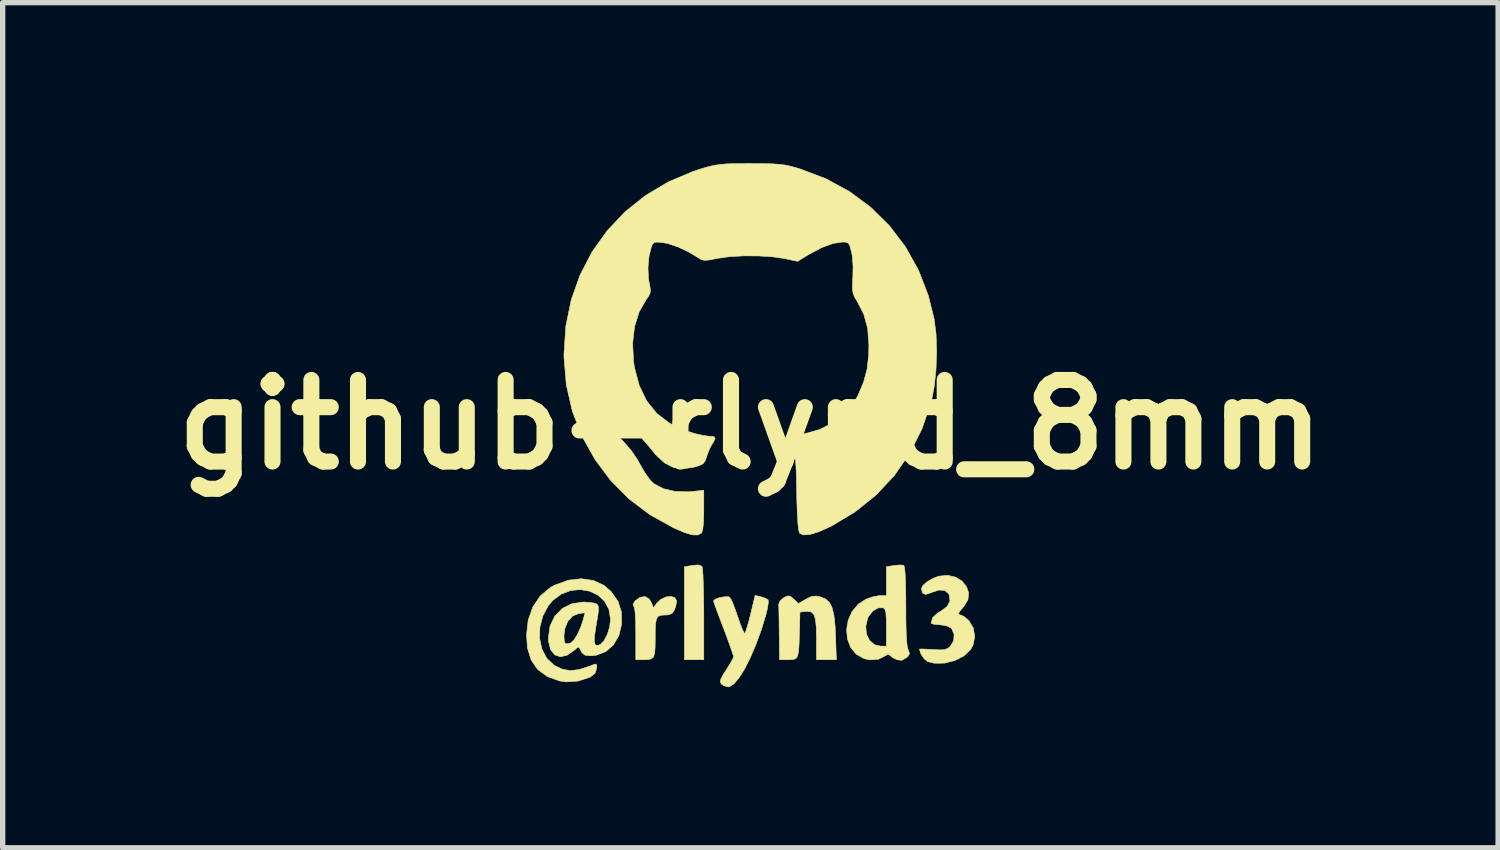
<source format=kicad_pcb>
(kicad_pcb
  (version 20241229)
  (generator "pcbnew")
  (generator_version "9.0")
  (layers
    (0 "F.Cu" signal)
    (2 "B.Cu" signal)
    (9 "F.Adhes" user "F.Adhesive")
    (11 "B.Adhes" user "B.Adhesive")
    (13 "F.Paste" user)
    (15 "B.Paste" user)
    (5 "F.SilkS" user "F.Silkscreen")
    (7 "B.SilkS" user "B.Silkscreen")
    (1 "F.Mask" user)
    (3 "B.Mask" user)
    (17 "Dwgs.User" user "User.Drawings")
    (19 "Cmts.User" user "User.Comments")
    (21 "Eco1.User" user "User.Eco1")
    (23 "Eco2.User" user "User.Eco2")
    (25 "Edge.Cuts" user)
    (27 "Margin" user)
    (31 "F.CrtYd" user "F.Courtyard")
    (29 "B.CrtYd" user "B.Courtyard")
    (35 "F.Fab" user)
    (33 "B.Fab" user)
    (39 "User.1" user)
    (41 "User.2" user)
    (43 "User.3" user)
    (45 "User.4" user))
  (footprint "github-rlynd_8mm"
    (layer "F.Cu")
    (at 10.966 4.881)
    (property "Reference" "github-rlynd_8mm" (at 0 0 0) (layer "F.SilkS") (effects (font (size 1.524 1.524) (thickness 0.3))))
    (attr through_hole)
    (fp_poly (pts (xy -0.914 2.641) (xy -0.903 2.654) (xy -0.894 2.703) (xy -0.886 2.814) (xy -0.88 2.975) (xy -0.875 3.177) (xy -0.872 3.408) (xy -0.871 3.547) (xy -0.871 4.391) (xy -1.234 4.391) (xy -1.234 2.655) (xy -1.084 2.63) (xy -0.973 2.62) (xy -0.914 2.641)) (stroke (width 0.01) (type solid)) (fill yes) (layer "F.SilkS"))
    (fp_poly (pts (xy -1.413 3.231) (xy -1.379 3.293) (xy -1.379 3.303) (xy -1.394 3.387) (xy -1.421 3.464) (xy -1.466 3.528) (xy -1.538 3.553) (xy -1.599 3.556) (xy -1.676 3.561) (xy -1.727 3.583) (xy -1.757 3.636) (xy -1.773 3.73) (xy -1.778 3.879) (xy -1.778 3.973) (xy -1.78 4.152) (xy -1.789 4.271) (xy -1.812 4.342) (xy -1.855 4.377) (xy -1.924 4.389) (xy -1.981 4.391) (xy -2.141 4.391) (xy -2.141 3.903) (xy -2.144 3.692) (xy -2.152 3.531) (xy -2.164 3.428) (xy -2.179 3.392) (xy -2.192 3.351) (xy -2.153 3.292) (xy -2.074 3.233) (xy -2.065 3.228) (xy -1.969 3.21) (xy -1.888 3.259) (xy -1.846 3.331) (xy -1.811 3.423) (xy -1.755 3.342) (xy -1.675 3.265) (xy -1.579 3.219) (xy -1.486 3.207) (xy -1.413 3.231)) (stroke (width 0.01) (type solid)) (fill yes) (layer "F.SilkS"))
    (fp_poly (pts (xy 0.749 3.208) (xy 0.81 3.259) (xy 0.897 3.342) (xy 1.033 3.262) (xy 1.137 3.211) (xy 1.227 3.201) (xy 1.299 3.215) (xy 1.399 3.253) (xy 1.474 3.319) (xy 1.526 3.42) (xy 1.561 3.568) (xy 1.582 3.771) (xy 1.59 3.944) (xy 1.605 4.391) (xy 1.234 4.391) (xy 1.234 3.998) (xy 1.23 3.79) (xy 1.216 3.644) (xy 1.188 3.551) (xy 1.143 3.502) (xy 1.076 3.487) (xy 1.032 3.489) (xy 0.925 3.502) (xy 0.916 3.864) (xy 0.91 4.069) (xy 0.902 4.213) (xy 0.886 4.305) (xy 0.859 4.359) (xy 0.816 4.383) (xy 0.752 4.39) (xy 0.707 4.391) (xy 0.544 4.391) (xy 0.538 3.901) (xy 0.536 3.715) (xy 0.533 3.552) (xy 0.531 3.427) (xy 0.529 3.355) (xy 0.529 3.349) (xy 0.556 3.289) (xy 0.624 3.232) (xy 0.696 3.199) (xy 0.749 3.208)) (stroke (width 0.01) (type solid)) (fill yes) (layer "F.SilkS"))
    (fp_poly (pts (xy 0.198 3.215) (xy 0.283 3.243) (xy 0.332 3.275) (xy 0.334 3.327) (xy 0.319 3.426) (xy 0.289 3.553) (xy 0.287 3.559) (xy 0.199 3.845) (xy 0.101 4.113) (xy -0.003 4.355) (xy -0.108 4.563) (xy -0.211 4.727) (xy -0.307 4.841) (xy -0.391 4.895) (xy -0.415 4.899) (xy -0.501 4.876) (xy -0.545 4.844) (xy -0.563 4.804) (xy -0.551 4.748) (xy -0.504 4.662) (xy -0.452 4.581) (xy -0.383 4.471) (xy -0.333 4.383) (xy -0.314 4.334) (xy -0.314 4.334) (xy -0.327 4.288) (xy -0.361 4.187) (xy -0.412 4.045) (xy -0.475 3.875) (xy -0.502 3.804) (xy -0.569 3.628) (xy -0.625 3.478) (xy -0.666 3.364) (xy -0.687 3.301) (xy -0.689 3.292) (xy -0.658 3.261) (xy -0.583 3.233) (xy -0.492 3.216) (xy -0.415 3.214) (xy -0.387 3.224) (xy -0.356 3.274) (xy -0.313 3.376) (xy -0.263 3.512) (xy -0.237 3.589) (xy -0.189 3.728) (xy -0.147 3.833) (xy -0.116 3.892) (xy -0.106 3.899) (xy -0.087 3.859) (xy -0.056 3.764) (xy -0.019 3.63) (xy 0.004 3.537) (xy 0.087 3.191) (xy 0.198 3.215)) (stroke (width 0.01) (type solid)) (fill yes) (layer "F.SilkS"))
    (fp_poly (pts (xy 2.855 2.626) (xy 2.865 2.63) (xy 2.879 2.675) (xy 2.89 2.789) (xy 2.898 2.967) (xy 2.902 3.206) (xy 2.903 3.395) (xy 2.904 3.681) (xy 2.91 3.9) (xy 2.919 4.058) (xy 2.932 4.161) (xy 2.948 4.212) (xy 2.972 4.272) (xy 2.947 4.322) (xy 2.91 4.355) (xy 2.831 4.401) (xy 2.75 4.394) (xy 2.729 4.387) (xy 2.649 4.346) (xy 2.607 4.309) (xy 2.569 4.288) (xy 2.528 4.313) (xy 2.391 4.382) (xy 2.227 4.394) (xy 2.121 4.37) (xy 1.973 4.285) (xy 1.87 4.157) (xy 1.811 4) (xy 1.797 3.828) (xy 1.806 3.771) (xy 2.154 3.771) (xy 2.168 3.915) (xy 2.227 4.034) (xy 2.323 4.113) (xy 2.431 4.137) (xy 2.54 4.137) (xy 2.54 3.791) (xy 2.538 3.623) (xy 2.53 3.515) (xy 2.514 3.454) (xy 2.489 3.426) (xy 2.483 3.423) (xy 2.389 3.422) (xy 2.291 3.477) (xy 2.211 3.576) (xy 2.19 3.616) (xy 2.154 3.771) (xy 1.806 3.771) (xy 1.826 3.653) (xy 1.899 3.491) (xy 2.015 3.353) (xy 2.155 3.262) (xy 2.277 3.219) (xy 2.396 3.195) (xy 2.422 3.194) (xy 2.54 3.193) (xy 2.54 2.655) (xy 2.684 2.631) (xy 2.784 2.621) (xy 2.855 2.626)) (stroke (width 0.01) (type solid)) (fill yes) (layer "F.SilkS"))
    (fp_poly (pts (xy 3.828 2.847) (xy 3.949 2.92) (xy 4.034 3.022) (xy 4.075 3.142) (xy 4.063 3.27) (xy 3.989 3.394) (xy 3.98 3.403) (xy 3.906 3.49) (xy 3.886 3.538) (xy 3.92 3.556) (xy 3.93 3.556) (xy 3.984 3.58) (xy 4.058 3.641) (xy 4.081 3.664) (xy 4.162 3.797) (xy 4.189 3.954) (xy 4.161 4.112) (xy 4.113 4.201) (xy 3.986 4.321) (xy 3.815 4.407) (xy 3.622 4.455) (xy 3.433 4.456) (xy 3.311 4.426) (xy 3.243 4.371) (xy 3.184 4.282) (xy 3.157 4.196) (xy 3.157 4.193) (xy 3.19 4.19) (xy 3.277 4.193) (xy 3.399 4.2) (xy 3.406 4.2) (xy 3.544 4.207) (xy 3.631 4.201) (xy 3.689 4.178) (xy 3.733 4.141) (xy 3.795 4.038) (xy 3.805 3.921) (xy 3.763 3.819) (xy 3.744 3.797) (xy 3.656 3.755) (xy 3.531 3.737) (xy 3.526 3.737) (xy 3.433 3.73) (xy 3.379 3.712) (xy 3.375 3.704) (xy 3.405 3.603) (xy 3.5 3.516) (xy 3.56 3.481) (xy 3.676 3.395) (xy 3.728 3.29) (xy 3.711 3.176) (xy 3.703 3.16) (xy 3.632 3.098) (xy 3.523 3.089) (xy 3.384 3.134) (xy 3.368 3.142) (xy 3.27 3.173) (xy 3.212 3.142) (xy 3.194 3.06) (xy 3.224 3.001) (xy 3.303 2.933) (xy 3.411 2.871) (xy 3.517 2.831) (xy 3.681 2.814) (xy 3.828 2.847)) (stroke (width 0.01) (type solid)) (fill yes) (layer "F.SilkS"))
    (fp_poly (pts (xy -2.932 2.911) (xy -2.732 3.004) (xy -2.601 3.118) (xy -2.472 3.302) (xy -2.409 3.502) (xy -2.406 3.728) (xy -2.458 3.943) (xy -2.56 4.116) (xy -2.704 4.241) (xy -2.882 4.308) (xy -2.991 4.318) (xy -3.089 4.306) (xy -3.145 4.262) (xy -3.164 4.227) (xy -3.197 4.164) (xy -3.229 4.161) (xy -3.281 4.206) (xy -3.421 4.305) (xy -3.548 4.336) (xy -3.654 4.301) (xy -3.731 4.206) (xy -3.77 4.053) (xy -3.774 3.98) (xy -3.768 3.942) (xy -3.483 3.942) (xy -3.477 4.048) (xy -3.451 4.093) (xy -3.394 4.09) (xy -3.358 4.078) (xy -3.298 4.025) (xy -3.231 3.92) (xy -3.169 3.78) (xy -3.127 3.654) (xy -3.089 3.515) (xy -3.203 3.527) (xy -3.319 3.572) (xy -3.41 3.673) (xy -3.468 3.814) (xy -3.483 3.942) (xy -3.768 3.942) (xy -3.742 3.759) (xy -3.652 3.574) (xy -3.513 3.433) (xy -3.333 3.344) (xy -3.12 3.313) (xy -3.01 3.32) (xy -2.926 3.333) (xy -2.871 3.35) (xy -2.843 3.386) (xy -2.837 3.453) (xy -2.85 3.564) (xy -2.879 3.731) (xy -2.886 3.772) (xy -2.912 3.947) (xy -2.916 4.06) (xy -2.895 4.117) (xy -2.849 4.124) (xy -2.802 4.105) (xy -2.734 4.036) (xy -2.673 3.919) (xy -2.629 3.778) (xy -2.613 3.637) (xy -2.613 3.637) (xy -2.643 3.449) (xy -2.726 3.296) (xy -2.851 3.183) (xy -3.005 3.11) (xy -3.178 3.081) (xy -3.358 3.099) (xy -3.532 3.165) (xy -3.691 3.283) (xy -3.772 3.377) (xy -3.877 3.572) (xy -3.932 3.782) (xy -3.938 3.993) (xy -3.895 4.191) (xy -3.806 4.362) (xy -3.672 4.489) (xy -3.659 4.498) (xy -3.513 4.568) (xy -3.366 4.594) (xy -3.202 4.575) (xy -3.004 4.512) (xy -2.927 4.481) (xy -2.881 4.472) (xy -2.869 4.509) (xy -2.873 4.558) (xy -2.903 4.645) (xy -2.984 4.709) (xy -3.012 4.723) (xy -3.222 4.79) (xy -3.443 4.805) (xy -3.566 4.787) (xy -3.797 4.703) (xy -3.973 4.573) (xy -4.095 4.397) (xy -4.164 4.172) (xy -4.182 3.934) (xy -4.151 3.653) (xy -4.064 3.406) (xy -3.925 3.2) (xy -3.737 3.042) (xy -3.656 2.998) (xy -3.403 2.906) (xy -3.158 2.878) (xy -2.932 2.911)) (stroke (width 0.01) (type solid)) (fill yes) (layer "F.SilkS"))
    (fp_poly (pts (xy 0.23 -4.875) (xy 0.405 -4.871) (xy 0.541 -4.862) (xy 0.656 -4.847) (xy 0.767 -4.822) (xy 0.891 -4.787) (xy 0.925 -4.777) (xy 1.41 -4.593) (xy 1.853 -4.352) (xy 2.251 -4.056) (xy 2.6 -3.71) (xy 2.898 -3.318) (xy 3.14 -2.883) (xy 3.323 -2.409) (xy 3.432 -1.971) (xy 3.467 -1.692) (xy 3.478 -1.373) (xy 3.467 -1.041) (xy 3.435 -0.722) (xy 3.382 -0.444) (xy 3.375 -0.418) (xy 3.205 0.078) (xy 2.977 0.534) (xy 2.691 0.946) (xy 2.35 1.312) (xy 1.956 1.629) (xy 1.511 1.896) (xy 1.484 1.909) (xy 1.276 2.002) (xy 1.108 2.053) (xy 0.985 2.06) (xy 0.918 2.027) (xy 0.901 1.969) (xy 0.887 1.844) (xy 0.875 1.655) (xy 0.867 1.405) (xy 0.865 1.288) (xy 0.86 1.047) (xy 0.855 0.867) (xy 0.848 0.735) (xy 0.837 0.639) (xy 0.821 0.567) (xy 0.798 0.507) (xy 0.767 0.447) (xy 0.755 0.425) (xy 0.698 0.31) (xy 0.688 0.249) (xy 0.7 0.238) (xy 0.758 0.224) (xy 0.861 0.203) (xy 0.958 0.185) (xy 1.288 0.093) (xy 1.569 -0.05) (xy 1.799 -0.243) (xy 1.976 -0.486) (xy 2.013 -0.555) (xy 2.115 -0.797) (xy 2.179 -1.037) (xy 2.209 -1.301) (xy 2.213 -1.486) (xy 2.19 -1.794) (xy 2.118 -2.061) (xy 2 -2.291) (xy 1.947 -2.381) (xy 1.916 -2.456) (xy 1.905 -2.54) (xy 1.907 -2.658) (xy 1.913 -2.749) (xy 1.917 -2.958) (xy 1.903 -3.146) (xy 1.888 -3.224) (xy 1.859 -3.333) (xy 1.829 -3.388) (xy 1.782 -3.408) (xy 1.725 -3.411) (xy 1.544 -3.384) (xy 1.33 -3.306) (xy 1.097 -3.182) (xy 1.084 -3.175) (xy 0.881 -3.05) (xy 0.631 -3.103) (xy 0.41 -3.135) (xy 0.146 -3.151) (xy -0.133 -3.152) (xy -0.398 -3.136) (xy -0.622 -3.105) (xy -0.631 -3.103) (xy -0.764 -3.076) (xy -0.849 -3.068) (xy -0.908 -3.078) (xy -0.961 -3.107) (xy -0.975 -3.117) (xy -1.153 -3.225) (xy -1.349 -3.317) (xy -1.534 -3.38) (xy -1.635 -3.4) (xy -1.742 -3.409) (xy -1.8 -3.4) (xy -1.833 -3.363) (xy -1.85 -3.323) (xy -1.894 -3.145) (xy -1.913 -2.934) (xy -1.904 -2.728) (xy -1.891 -2.653) (xy -1.87 -2.538) (xy -1.872 -2.463) (xy -1.902 -2.398) (xy -1.944 -2.34) (xy -2.077 -2.109) (xy -2.163 -1.832) (xy -2.2 -1.523) (xy -2.184 -1.192) (xy -2.166 -1.067) (xy -2.076 -0.729) (xy -1.939 -0.445) (xy -1.752 -0.212) (xy -1.511 -0.027) (xy -1.216 0.112) (xy -1.034 0.168) (xy -0.907 0.197) (xy -0.793 0.215) (xy -0.753 0.217) (xy -0.677 0.226) (xy -0.658 0.261) (xy -0.695 0.333) (xy -0.713 0.359) (xy -0.762 0.45) (xy -0.808 0.567) (xy -0.816 0.594) (xy -0.846 0.68) (xy -0.886 0.732) (xy -0.957 0.766) (xy -1.062 0.796) (xy -1.26 0.825) (xy -1.435 0.801) (xy -1.599 0.718) (xy -1.76 0.573) (xy -1.892 0.411) (xy -2.05 0.229) (xy -2.206 0.117) (xy -2.361 0.073) (xy -2.384 0.073) (xy -2.48 0.083) (xy -2.516 0.119) (xy -2.492 0.183) (xy -2.408 0.281) (xy -2.365 0.324) (xy -2.232 0.475) (xy -2.107 0.659) (xy -2.054 0.755) (xy -1.97 0.9) (xy -1.881 1.025) (xy -1.805 1.102) (xy -1.628 1.196) (xy -1.406 1.248) (xy -1.156 1.255) (xy -1.098 1.25) (xy -0.871 1.225) (xy -0.871 1.603) (xy -0.875 1.807) (xy -0.889 1.947) (xy -0.91 2.02) (xy -0.914 2.025) (xy -0.982 2.061) (xy -1.083 2.059) (xy -1.225 2.018) (xy -1.417 1.936) (xy -1.438 1.926) (xy -1.88 1.681) (xy -2.269 1.387) (xy -2.612 1.04) (xy -2.9 0.655) (xy -3.148 0.213) (xy -3.327 -0.254) (xy -3.439 -0.745) (xy -3.482 -1.259) (xy -3.482 -1.324) (xy -3.448 -1.839) (xy -3.347 -2.33) (xy -3.182 -2.794) (xy -2.958 -3.226) (xy -2.677 -3.62) (xy -2.344 -3.973) (xy -1.961 -4.279) (xy -1.533 -4.534) (xy -1.062 -4.733) (xy -0.925 -4.777) (xy -0.796 -4.815) (xy -0.683 -4.842) (xy -0.571 -4.859) (xy -0.442 -4.87) (xy -0.278 -4.875) (xy -0.063 -4.876) (xy 0 -4.876) (xy 0.23 -4.875)) (stroke (width 0.01) (type solid)) (fill yes) (layer "F.SilkS")))
  (gr_rect
    (start -3 -3)
    (end 24.931 12.785)
    (stroke (width 0.1) (type default))
    (fill no)
    (layer "Edge.Cuts")))
</source>
